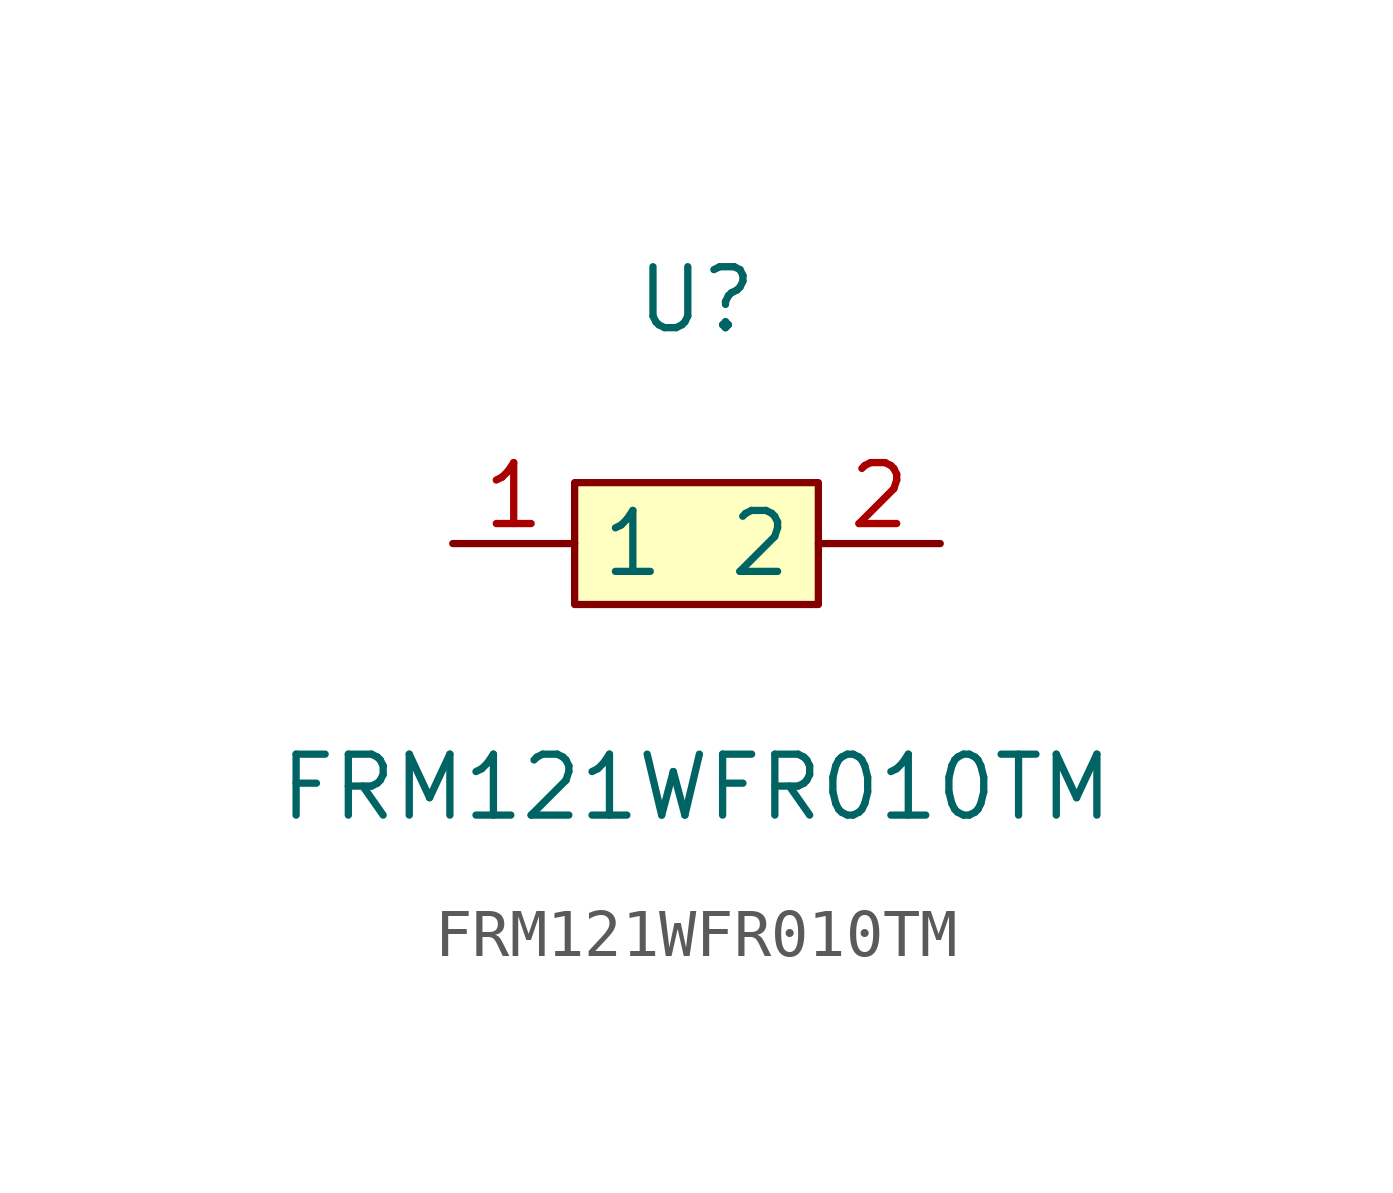
<source format=kicad_sym>
(kicad_symbol_lib
  (version 1)
  (generator "faebryk")
  (symbol "FRM121WFR010TM"
    (property "Reference" "U"
      (at 0 5.08 0)
      (effects (font (size 1.27 1.27)) (hide no)))
    (property "Value" "FRM121WFR010TM"
      (at 0 -5.08 0)
      (effects (font (size 1.27 1.27)) (hide no)))
    (symbol "FRM121WFR010TM_0_1"
      (rectangle (start -2.54 1.27) (end 2.54 -1.27) (stroke (width 0) (type default) (color 0 0 0 0)) (fill (type background)))
      (pin unspecified line (at 5.08 0 180) (length 2.54) (name "2" (effects (font (size 1.27 1.27)) (hide no))) (number "2" (effects (font (size 1.27 1.27)) (hide no))))
      (pin unspecified line (at -5.08 0 0) (length 2.54) (name "1" (effects (font (size 1.27 1.27)) (hide no))) (number "1" (effects (font (size 1.27 1.27)) (hide no)))))))
</source>
